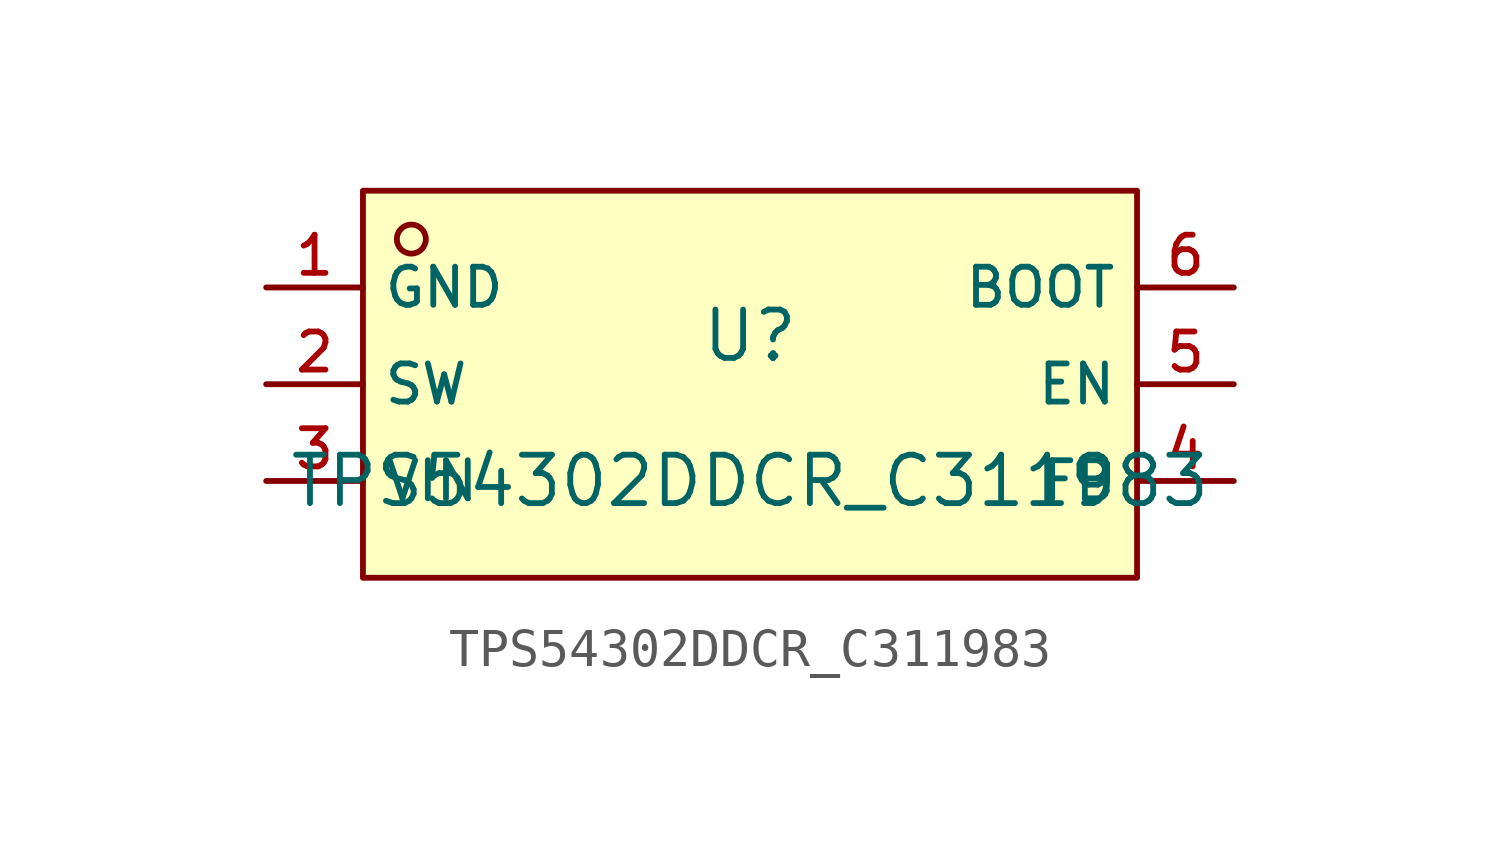
<source format=kicad_sym>
(kicad_symbol_lib
  (version 20210201)
  (generator TousstNicolas/JLC2KiCad_lib)
  (symbol "TPS54302DDCR_C311983"
    (property "Reference" "U"
      (at 0 1.27 0)
      (effects (font (size 1.27 1.27))))
    (property "Value" "TPS54302DDCR_C311983"
      (at 0 -2.54 0)
      (effects (font (size 1.27 1.27))))
    (symbol "TPS54302DDCR_C311983_0_1"
      (rectangle (start -10.16 5.08) (end 10.16 -5.08) (stroke (width 0) (type default) (color 0 0 0 0)) (fill (type background)))
      (circle (center -8.89 3.81) (radius 0.381) (stroke (width 0) (type default) (color 0 0 0 0)) (fill (type background)))
      (pin unspecified line (at -12.7 2.54 0) (length 2.54) (name "GND" (effects (font (size 1 1)))) (number "1" (effects (font (size 1 1)))))
      (pin unspecified line (at -12.7 -0.0 0) (length 2.54) (name "SW" (effects (font (size 1 1)))) (number "2" (effects (font (size 1 1)))))
      (pin unspecified line (at -12.7 -2.54 0) (length 2.54) (name "VIN" (effects (font (size 1 1)))) (number "3" (effects (font (size 1 1)))))
      (pin unspecified line (at 12.7 -2.54 180) (length 2.54) (name "FB" (effects (font (size 1 1)))) (number "4" (effects (font (size 1 1)))))
      (pin unspecified line (at 12.7 -0.0 180) (length 2.54) (name "EN" (effects (font (size 1 1)))) (number "5" (effects (font (size 1 1)))))
      (pin unspecified line (at 12.7 2.54 180) (length 2.54) (name "BOOT" (effects (font (size 1 1)))) (number "6" (effects (font (size 1 1))))))))
</source>
